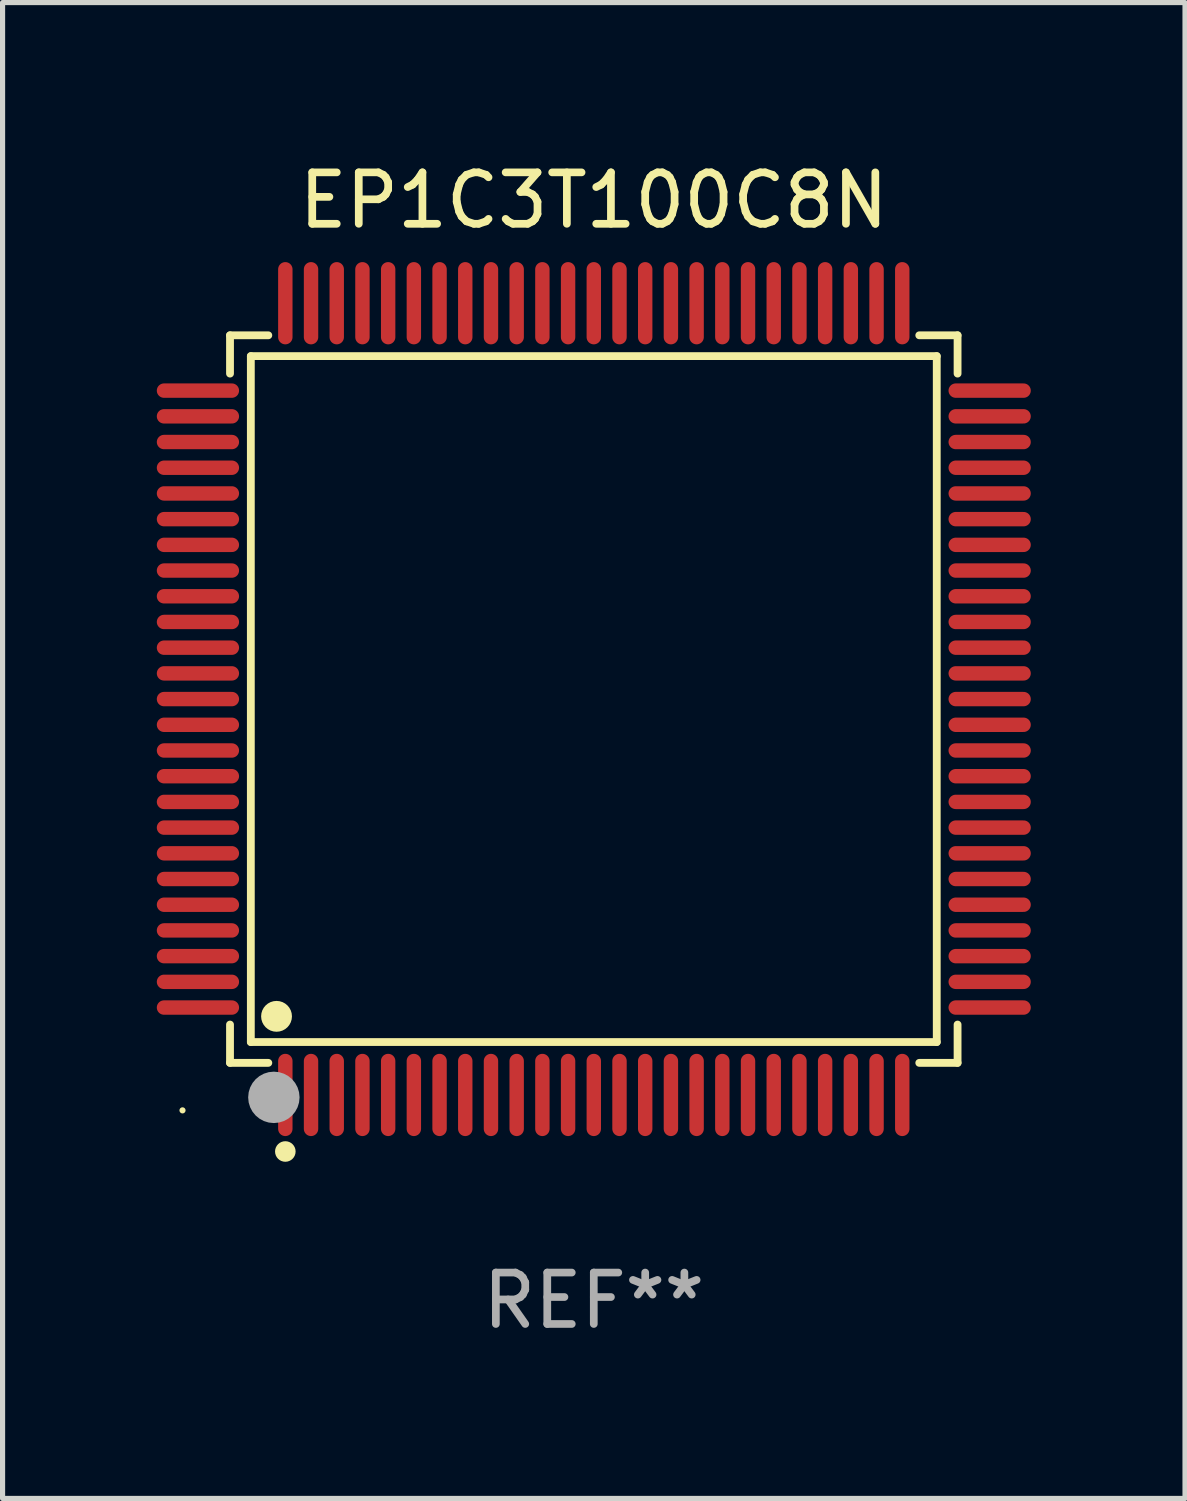
<source format=kicad_pcb>
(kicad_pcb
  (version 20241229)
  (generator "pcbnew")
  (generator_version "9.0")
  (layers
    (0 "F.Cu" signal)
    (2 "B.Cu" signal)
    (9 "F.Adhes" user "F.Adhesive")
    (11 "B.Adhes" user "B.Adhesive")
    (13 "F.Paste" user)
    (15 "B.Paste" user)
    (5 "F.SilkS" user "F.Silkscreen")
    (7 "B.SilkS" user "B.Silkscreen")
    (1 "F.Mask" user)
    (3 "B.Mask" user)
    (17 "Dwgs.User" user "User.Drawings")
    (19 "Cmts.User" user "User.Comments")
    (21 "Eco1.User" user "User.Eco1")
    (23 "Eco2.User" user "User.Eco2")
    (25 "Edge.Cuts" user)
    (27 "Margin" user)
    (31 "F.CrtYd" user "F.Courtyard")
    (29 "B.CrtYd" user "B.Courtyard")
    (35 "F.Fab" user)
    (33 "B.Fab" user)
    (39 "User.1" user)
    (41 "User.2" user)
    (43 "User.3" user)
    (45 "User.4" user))
  (footprint "EP1C3T100C8N"
    (layer "F.Cu")
    (at 8.5 10.548)
    (property "Reference" "EP1C3T100C8N" (at 0 -9.7 0) (layer "F.SilkS") (effects (font (size 1 1) (thickness 0.15))))
    (attr through_hole)
    (fp_line (start -7.076 -7.076) (end -6.331 -7.076) (stroke (width 0.152) (type solid)) (layer "F.SilkS"))
    (fp_line (start -7.076 -6.331) (end -7.076 -7.076) (stroke (width 0.152) (type solid)) (layer "F.SilkS"))
    (fp_line (start -7.076 6.331) (end -7.076 7.076) (stroke (width 0.152) (type solid)) (layer "F.SilkS"))
    (fp_line (start -7.076 7.076) (end -6.331 7.076) (stroke (width 0.152) (type solid)) (layer "F.SilkS"))
    (fp_line (start -6.671 -6.671) (end 6.671 -6.671) (stroke (width 0.152) (type solid)) (layer "F.SilkS"))
    (fp_line (start -6.671 6.671) (end -6.671 -6.671) (stroke (width 0.152) (type solid)) (layer "F.SilkS"))
    (fp_line (start 6.671 -6.671) (end 6.671 6.671) (stroke (width 0.152) (type solid)) (layer "F.SilkS"))
    (fp_line (start 6.671 6.671) (end -6.671 6.671) (stroke (width 0.152) (type solid)) (layer "F.SilkS"))
    (fp_line (start 7.076 -7.076) (end 6.331 -7.076) (stroke (width 0.152) (type solid)) (layer "F.SilkS"))
    (fp_line (start 7.076 -6.331) (end 7.076 -7.076) (stroke (width 0.152) (type solid)) (layer "F.SilkS"))
    (fp_line (start 7.076 6.331) (end 7.076 7.076) (stroke (width 0.152) (type solid)) (layer "F.SilkS"))
    (fp_line (start 7.076 7.076) (end 6.331 7.076) (stroke (width 0.152) (type solid)) (layer "F.SilkS"))
    (fp_circle (center -8 8) (end -7.97 8) (stroke (width 0.06) (type solid)) (fill no) (layer "F.SilkS"))
    (fp_circle (center -6.171 6.171) (end -6.021 6.171) (stroke (width 0.3) (type solid)) (fill no) (layer "F.SilkS"))
    (fp_circle (center -6 8.8) (end -5.9 8.8) (stroke (width 0.2) (type solid)) (fill no) (layer "F.SilkS"))
    (fp_circle (center -6.223 7.747) (end -5.973 7.747) (stroke (width 0.5) (type solid)) (fill no) (layer "F.Fab"))
    (fp_text user "REF**" (at 0 11.7 0) (layer "F.Fab") (effects (font (size 1 1) (thickness 0.15))))
    (pad "1" smd oval (at -6 7.7) (size 0.28 1.6) (layers "F.Cu" "F.Mask" "F.Paste"))
    (pad "2" smd oval (at -5.5 7.7) (size 0.28 1.6) (layers "F.Cu" "F.Mask" "F.Paste"))
    (pad "3" smd oval (at -5 7.7) (size 0.28 1.6) (layers "F.Cu" "F.Mask" "F.Paste"))
    (pad "4" smd oval (at -4.5 7.7) (size 0.28 1.6) (layers "F.Cu" "F.Mask" "F.Paste"))
    (pad "5" smd oval (at -4 7.7) (size 0.28 1.6) (layers "F.Cu" "F.Mask" "F.Paste"))
    (pad "6" smd oval (at -3.5 7.7) (size 0.28 1.6) (layers "F.Cu" "F.Mask" "F.Paste"))
    (pad "7" smd oval (at -3 7.7) (size 0.28 1.6) (layers "F.Cu" "F.Mask" "F.Paste"))
    (pad "8" smd oval (at -2.5 7.7) (size 0.28 1.6) (layers "F.Cu" "F.Mask" "F.Paste"))
    (pad "9" smd oval (at -2 7.7) (size 0.28 1.6) (layers "F.Cu" "F.Mask" "F.Paste"))
    (pad "10" smd oval (at -1.5 7.7) (size 0.28 1.6) (layers "F.Cu" "F.Mask" "F.Paste"))
    (pad "11" smd oval (at -1 7.7) (size 0.28 1.6) (layers "F.Cu" "F.Mask" "F.Paste"))
    (pad "12" smd oval (at -0.5 7.7) (size 0.28 1.6) (layers "F.Cu" "F.Mask" "F.Paste"))
    (pad "13" smd oval (at 0 7.7) (size 0.28 1.6) (layers "F.Cu" "F.Mask" "F.Paste"))
    (pad "14" smd oval (at 0.5 7.7) (size 0.28 1.6) (layers "F.Cu" "F.Mask" "F.Paste"))
    (pad "15" smd oval (at 1 7.7) (size 0.28 1.6) (layers "F.Cu" "F.Mask" "F.Paste"))
    (pad "16" smd oval (at 1.5 7.7) (size 0.28 1.6) (layers "F.Cu" "F.Mask" "F.Paste"))
    (pad "17" smd oval (at 2 7.7) (size 0.28 1.6) (layers "F.Cu" "F.Mask" "F.Paste"))
    (pad "18" smd oval (at 2.5 7.7) (size 0.28 1.6) (layers "F.Cu" "F.Mask" "F.Paste"))
    (pad "19" smd oval (at 3 7.7) (size 0.28 1.6) (layers "F.Cu" "F.Mask" "F.Paste"))
    (pad "20" smd oval (at 3.5 7.7) (size 0.28 1.6) (layers "F.Cu" "F.Mask" "F.Paste"))
    (pad "21" smd oval (at 4 7.7) (size 0.28 1.6) (layers "F.Cu" "F.Mask" "F.Paste"))
    (pad "22" smd oval (at 4.5 7.7) (size 0.28 1.6) (layers "F.Cu" "F.Mask" "F.Paste"))
    (pad "23" smd oval (at 5 7.7) (size 0.28 1.6) (layers "F.Cu" "F.Mask" "F.Paste"))
    (pad "24" smd oval (at 5.5 7.7) (size 0.28 1.6) (layers "F.Cu" "F.Mask" "F.Paste"))
    (pad "25" smd oval (at 6 7.7) (size 0.28 1.6) (layers "F.Cu" "F.Mask" "F.Paste"))
    (pad "26" smd oval (at 7.7 6) (size 1.6 0.28) (layers "F.Cu" "F.Mask" "F.Paste"))
    (pad "27" smd oval (at 7.7 5.5) (size 1.6 0.28) (layers "F.Cu" "F.Mask" "F.Paste"))
    (pad "28" smd oval (at 7.7 5) (size 1.6 0.28) (layers "F.Cu" "F.Mask" "F.Paste"))
    (pad "29" smd oval (at 7.7 4.5) (size 1.6 0.28) (layers "F.Cu" "F.Mask" "F.Paste"))
    (pad "30" smd oval (at 7.7 4) (size 1.6 0.28) (layers "F.Cu" "F.Mask" "F.Paste"))
    (pad "31" smd oval (at 7.7 3.5) (size 1.6 0.28) (layers "F.Cu" "F.Mask" "F.Paste"))
    (pad "32" smd oval (at 7.7 3) (size 1.6 0.28) (layers "F.Cu" "F.Mask" "F.Paste"))
    (pad "33" smd oval (at 7.7 2.5) (size 1.6 0.28) (layers "F.Cu" "F.Mask" "F.Paste"))
    (pad "34" smd oval (at 7.7 2) (size 1.6 0.28) (layers "F.Cu" "F.Mask" "F.Paste"))
    (pad "35" smd oval (at 7.7 1.5) (size 1.6 0.28) (layers "F.Cu" "F.Mask" "F.Paste"))
    (pad "36" smd oval (at 7.7 1) (size 1.6 0.28) (layers "F.Cu" "F.Mask" "F.Paste"))
    (pad "37" smd oval (at 7.7 0.5) (size 1.6 0.28) (layers "F.Cu" "F.Mask" "F.Paste"))
    (pad "38" smd oval (at 7.7 0) (size 1.6 0.28) (layers "F.Cu" "F.Mask" "F.Paste"))
    (pad "39" smd oval (at 7.7 -0.5) (size 1.6 0.28) (layers "F.Cu" "F.Mask" "F.Paste"))
    (pad "40" smd oval (at 7.7 -1) (size 1.6 0.28) (layers "F.Cu" "F.Mask" "F.Paste"))
    (pad "41" smd oval (at 7.7 -1.5) (size 1.6 0.28) (layers "F.Cu" "F.Mask" "F.Paste"))
    (pad "42" smd oval (at 7.7 -2) (size 1.6 0.28) (layers "F.Cu" "F.Mask" "F.Paste"))
    (pad "43" smd oval (at 7.7 -2.5) (size 1.6 0.28) (layers "F.Cu" "F.Mask" "F.Paste"))
    (pad "44" smd oval (at 7.7 -3) (size 1.6 0.28) (layers "F.Cu" "F.Mask" "F.Paste"))
    (pad "45" smd oval (at 7.7 -3.5) (size 1.6 0.28) (layers "F.Cu" "F.Mask" "F.Paste"))
    (pad "46" smd oval (at 7.7 -4) (size 1.6 0.28) (layers "F.Cu" "F.Mask" "F.Paste"))
    (pad "47" smd oval (at 7.7 -4.5) (size 1.6 0.28) (layers "F.Cu" "F.Mask" "F.Paste"))
    (pad "48" smd oval (at 7.7 -5) (size 1.6 0.28) (layers "F.Cu" "F.Mask" "F.Paste"))
    (pad "49" smd oval (at 7.7 -5.5) (size 1.6 0.28) (layers "F.Cu" "F.Mask" "F.Paste"))
    (pad "50" smd oval (at 7.7 -6) (size 1.6 0.28) (layers "F.Cu" "F.Mask" "F.Paste"))
    (pad "51" smd oval (at 6 -7.7) (size 0.28 1.6) (layers "F.Cu" "F.Mask" "F.Paste"))
    (pad "52" smd oval (at 5.5 -7.7) (size 0.28 1.6) (layers "F.Cu" "F.Mask" "F.Paste"))
    (pad "53" smd oval (at 5 -7.7) (size 0.28 1.6) (layers "F.Cu" "F.Mask" "F.Paste"))
    (pad "54" smd oval (at 4.5 -7.7) (size 0.28 1.6) (layers "F.Cu" "F.Mask" "F.Paste"))
    (pad "55" smd oval (at 4 -7.7) (size 0.28 1.6) (layers "F.Cu" "F.Mask" "F.Paste"))
    (pad "56" smd oval (at 3.5 -7.7) (size 0.28 1.6) (layers "F.Cu" "F.Mask" "F.Paste"))
    (pad "57" smd oval (at 3 -7.7) (size 0.28 1.6) (layers "F.Cu" "F.Mask" "F.Paste"))
    (pad "58" smd oval (at 2.5 -7.7) (size 0.28 1.6) (layers "F.Cu" "F.Mask" "F.Paste"))
    (pad "59" smd oval (at 2 -7.7) (size 0.28 1.6) (layers "F.Cu" "F.Mask" "F.Paste"))
    (pad "60" smd oval (at 1.5 -7.7) (size 0.28 1.6) (layers "F.Cu" "F.Mask" "F.Paste"))
    (pad "61" smd oval (at 1 -7.7) (size 0.28 1.6) (layers "F.Cu" "F.Mask" "F.Paste"))
    (pad "62" smd oval (at 0.5 -7.7) (size 0.28 1.6) (layers "F.Cu" "F.Mask" "F.Paste"))
    (pad "63" smd oval (at 0 -7.7) (size 0.28 1.6) (layers "F.Cu" "F.Mask" "F.Paste"))
    (pad "64" smd oval (at -0.5 -7.7) (size 0.28 1.6) (layers "F.Cu" "F.Mask" "F.Paste"))
    (pad "65" smd oval (at -1 -7.7) (size 0.28 1.6) (layers "F.Cu" "F.Mask" "F.Paste"))
    (pad "66" smd oval (at -1.5 -7.7) (size 0.28 1.6) (layers "F.Cu" "F.Mask" "F.Paste"))
    (pad "67" smd oval (at -2 -7.7) (size 0.28 1.6) (layers "F.Cu" "F.Mask" "F.Paste"))
    (pad "68" smd oval (at -2.5 -7.7) (size 0.28 1.6) (layers "F.Cu" "F.Mask" "F.Paste"))
    (pad "69" smd oval (at -3 -7.7) (size 0.28 1.6) (layers "F.Cu" "F.Mask" "F.Paste"))
    (pad "70" smd oval (at -3.5 -7.7) (size 0.28 1.6) (layers "F.Cu" "F.Mask" "F.Paste"))
    (pad "71" smd oval (at -4 -7.7) (size 0.28 1.6) (layers "F.Cu" "F.Mask" "F.Paste"))
    (pad "72" smd oval (at -4.5 -7.7) (size 0.28 1.6) (layers "F.Cu" "F.Mask" "F.Paste"))
    (pad "73" smd oval (at -5 -7.7) (size 0.28 1.6) (layers "F.Cu" "F.Mask" "F.Paste"))
    (pad "74" smd oval (at -5.5 -7.7) (size 0.28 1.6) (layers "F.Cu" "F.Mask" "F.Paste"))
    (pad "75" smd oval (at -6 -7.7) (size 0.28 1.6) (layers "F.Cu" "F.Mask" "F.Paste"))
    (pad "76" smd oval (at -7.7 -6) (size 1.6 0.28) (layers "F.Cu" "F.Mask" "F.Paste"))
    (pad "77" smd oval (at -7.7 -5.5) (size 1.6 0.28) (layers "F.Cu" "F.Mask" "F.Paste"))
    (pad "78" smd oval (at -7.7 -5) (size 1.6 0.28) (layers "F.Cu" "F.Mask" "F.Paste"))
    (pad "79" smd oval (at -7.7 -4.5) (size 1.6 0.28) (layers "F.Cu" "F.Mask" "F.Paste"))
    (pad "80" smd oval (at -7.7 -4) (size 1.6 0.28) (layers "F.Cu" "F.Mask" "F.Paste"))
    (pad "81" smd oval (at -7.7 -3.5) (size 1.6 0.28) (layers "F.Cu" "F.Mask" "F.Paste"))
    (pad "82" smd oval (at -7.7 -3) (size 1.6 0.28) (layers "F.Cu" "F.Mask" "F.Paste"))
    (pad "83" smd oval (at -7.7 -2.5) (size 1.6 0.28) (layers "F.Cu" "F.Mask" "F.Paste"))
    (pad "84" smd oval (at -7.7 -2) (size 1.6 0.28) (layers "F.Cu" "F.Mask" "F.Paste"))
    (pad "85" smd oval (at -7.7 -1.5) (size 1.6 0.28) (layers "F.Cu" "F.Mask" "F.Paste"))
    (pad "86" smd oval (at -7.7 -1) (size 1.6 0.28) (layers "F.Cu" "F.Mask" "F.Paste"))
    (pad "87" smd oval (at -7.7 -0.5) (size 1.6 0.28) (layers "F.Cu" "F.Mask" "F.Paste"))
    (pad "88" smd oval (at -7.7 0) (size 1.6 0.28) (layers "F.Cu" "F.Mask" "F.Paste"))
    (pad "89" smd oval (at -7.7 0.5) (size 1.6 0.28) (layers "F.Cu" "F.Mask" "F.Paste"))
    (pad "90" smd oval (at -7.7 1) (size 1.6 0.28) (layers "F.Cu" "F.Mask" "F.Paste"))
    (pad "91" smd oval (at -7.7 1.5) (size 1.6 0.28) (layers "F.Cu" "F.Mask" "F.Paste"))
    (pad "92" smd oval (at -7.7 2) (size 1.6 0.28) (layers "F.Cu" "F.Mask" "F.Paste"))
    (pad "93" smd oval (at -7.7 2.5) (size 1.6 0.28) (layers "F.Cu" "F.Mask" "F.Paste"))
    (pad "94" smd oval (at -7.7 3) (size 1.6 0.28) (layers "F.Cu" "F.Mask" "F.Paste"))
    (pad "95" smd oval (at -7.7 3.5) (size 1.6 0.28) (layers "F.Cu" "F.Mask" "F.Paste"))
    (pad "96" smd oval (at -7.7 4) (size 1.6 0.28) (layers "F.Cu" "F.Mask" "F.Paste"))
    (pad "97" smd oval (at -7.7 4.5) (size 1.6 0.28) (layers "F.Cu" "F.Mask" "F.Paste"))
    (pad "98" smd oval (at -7.7 5) (size 1.6 0.28) (layers "F.Cu" "F.Mask" "F.Paste"))
    (pad "99" smd oval (at -7.7 5.5) (size 1.6 0.28) (layers "F.Cu" "F.Mask" "F.Paste"))
    (pad "100" smd oval (at -7.7 6) (size 1.6 0.28) (layers "F.Cu" "F.Mask" "F.Paste")))
  (gr_rect
    (start -3 -3)
    (end 20 26.097)
    (stroke (width 0.1) (type default))
    (fill no)
    (layer "Edge.Cuts")))
</source>
